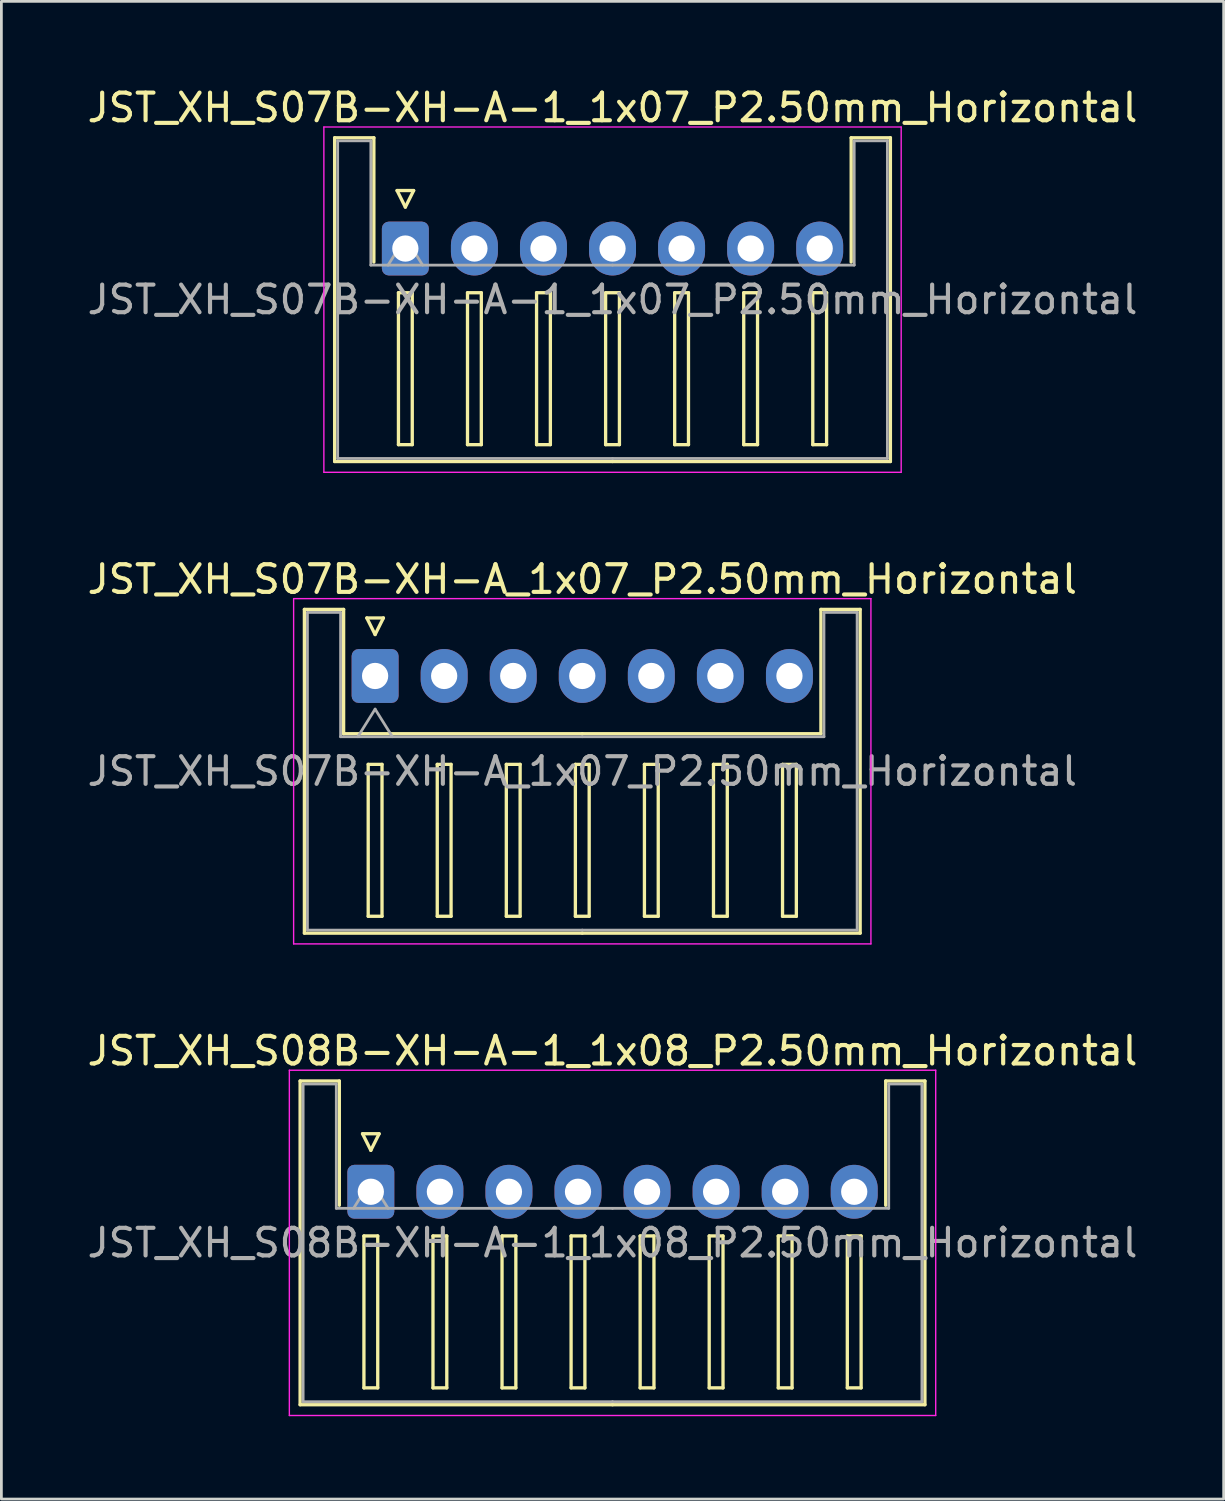
<source format=kicad_pcb>
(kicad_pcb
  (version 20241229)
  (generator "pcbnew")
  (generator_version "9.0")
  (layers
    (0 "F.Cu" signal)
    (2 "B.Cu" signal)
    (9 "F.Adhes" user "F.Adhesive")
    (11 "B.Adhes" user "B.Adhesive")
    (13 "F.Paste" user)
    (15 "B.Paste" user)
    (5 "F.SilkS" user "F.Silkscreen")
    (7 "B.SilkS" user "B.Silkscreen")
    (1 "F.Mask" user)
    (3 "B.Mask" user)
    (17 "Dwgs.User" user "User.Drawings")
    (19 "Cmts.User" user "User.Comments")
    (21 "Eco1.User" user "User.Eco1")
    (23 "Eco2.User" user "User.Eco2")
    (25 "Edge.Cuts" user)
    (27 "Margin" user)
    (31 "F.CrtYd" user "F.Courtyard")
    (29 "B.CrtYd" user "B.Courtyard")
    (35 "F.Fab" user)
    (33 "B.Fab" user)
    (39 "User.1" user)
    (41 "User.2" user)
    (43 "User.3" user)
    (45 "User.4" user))
  (footprint "JST_XH_S07B-XH-A-1_1x07_P2.50mm_Horizontal"
    (layer "F.Cu")
    (at 11.625 5.948)
    (property "Reference" "JST_XH_S07B-XH-A-1_1x07_P2.50mm_Horizontal" (at 7.5 -5.1 0) (layer "F.SilkS") (effects (font (size 1 1) (thickness 0.15))))
    (attr through_hole)
    (fp_line (start -2.56 -4.01) (end -1.14 -4.01) (stroke (width 0.12) (type solid)) (layer "F.SilkS"))
    (fp_line (start -2.56 7.71) (end -2.56 -4.01) (stroke (width 0.12) (type solid)) (layer "F.SilkS"))
    (fp_line (start -1.14 -4.01) (end -1.14 0.49) (stroke (width 0.12) (type solid)) (layer "F.SilkS"))
    (fp_line (start -0.3 -2.1) (end 0.3 -2.1) (stroke (width 0.12) (type solid)) (layer "F.SilkS"))
    (fp_line (start -0.25 1.6) (end -0.25 7.1) (stroke (width 0.12) (type solid)) (layer "F.SilkS"))
    (fp_line (start -0.25 7.1) (end 0.25 7.1) (stroke (width 0.12) (type solid)) (layer "F.SilkS"))
    (fp_line (start 0 -1.5) (end -0.3 -2.1) (stroke (width 0.12) (type solid)) (layer "F.SilkS"))
    (fp_line (start 0.25 1.6) (end -0.25 1.6) (stroke (width 0.12) (type solid)) (layer "F.SilkS"))
    (fp_line (start 0.25 7.1) (end 0.25 1.6) (stroke (width 0.12) (type solid)) (layer "F.SilkS"))
    (fp_line (start 0.3 -2.1) (end 0 -1.5) (stroke (width 0.12) (type solid)) (layer "F.SilkS"))
    (fp_line (start 2.25 1.6) (end 2.25 7.1) (stroke (width 0.12) (type solid)) (layer "F.SilkS"))
    (fp_line (start 2.25 7.1) (end 2.75 7.1) (stroke (width 0.12) (type solid)) (layer "F.SilkS"))
    (fp_line (start 2.75 1.6) (end 2.25 1.6) (stroke (width 0.12) (type solid)) (layer "F.SilkS"))
    (fp_line (start 2.75 7.1) (end 2.75 1.6) (stroke (width 0.12) (type solid)) (layer "F.SilkS"))
    (fp_line (start 4.75 1.6) (end 4.75 7.1) (stroke (width 0.12) (type solid)) (layer "F.SilkS"))
    (fp_line (start 4.75 7.1) (end 5.25 7.1) (stroke (width 0.12) (type solid)) (layer "F.SilkS"))
    (fp_line (start 5.25 1.6) (end 4.75 1.6) (stroke (width 0.12) (type solid)) (layer "F.SilkS"))
    (fp_line (start 5.25 7.1) (end 5.25 1.6) (stroke (width 0.12) (type solid)) (layer "F.SilkS"))
    (fp_line (start 7.25 1.6) (end 7.25 7.1) (stroke (width 0.12) (type solid)) (layer "F.SilkS"))
    (fp_line (start 7.25 7.1) (end 7.75 7.1) (stroke (width 0.12) (type solid)) (layer "F.SilkS"))
    (fp_line (start 7.5 7.71) (end -2.56 7.71) (stroke (width 0.12) (type solid)) (layer "F.SilkS"))
    (fp_line (start 7.5 7.71) (end 17.56 7.71) (stroke (width 0.12) (type solid)) (layer "F.SilkS"))
    (fp_line (start 7.75 1.6) (end 7.25 1.6) (stroke (width 0.12) (type solid)) (layer "F.SilkS"))
    (fp_line (start 7.75 7.1) (end 7.75 1.6) (stroke (width 0.12) (type solid)) (layer "F.SilkS"))
    (fp_line (start 9.75 1.6) (end 9.75 7.1) (stroke (width 0.12) (type solid)) (layer "F.SilkS"))
    (fp_line (start 9.75 7.1) (end 10.25 7.1) (stroke (width 0.12) (type solid)) (layer "F.SilkS"))
    (fp_line (start 10.25 1.6) (end 9.75 1.6) (stroke (width 0.12) (type solid)) (layer "F.SilkS"))
    (fp_line (start 10.25 7.1) (end 10.25 1.6) (stroke (width 0.12) (type solid)) (layer "F.SilkS"))
    (fp_line (start 12.25 1.6) (end 12.25 7.1) (stroke (width 0.12) (type solid)) (layer "F.SilkS"))
    (fp_line (start 12.25 7.1) (end 12.75 7.1) (stroke (width 0.12) (type solid)) (layer "F.SilkS"))
    (fp_line (start 12.75 1.6) (end 12.25 1.6) (stroke (width 0.12) (type solid)) (layer "F.SilkS"))
    (fp_line (start 12.75 7.1) (end 12.75 1.6) (stroke (width 0.12) (type solid)) (layer "F.SilkS"))
    (fp_line (start 14.75 1.6) (end 14.75 7.1) (stroke (width 0.12) (type solid)) (layer "F.SilkS"))
    (fp_line (start 14.75 7.1) (end 15.25 7.1) (stroke (width 0.12) (type solid)) (layer "F.SilkS"))
    (fp_line (start 15.25 1.6) (end 14.75 1.6) (stroke (width 0.12) (type solid)) (layer "F.SilkS"))
    (fp_line (start 15.25 7.1) (end 15.25 1.6) (stroke (width 0.12) (type solid)) (layer "F.SilkS"))
    (fp_line (start 16.14 -4.01) (end 16.14 0.49) (stroke (width 0.12) (type solid)) (layer "F.SilkS"))
    (fp_line (start 17.56 -4.01) (end 16.14 -4.01) (stroke (width 0.12) (type solid)) (layer "F.SilkS"))
    (fp_line (start 17.56 7.71) (end 17.56 -4.01) (stroke (width 0.12) (type solid)) (layer "F.SilkS"))
    (fp_line (start -2.95 -4.4) (end -2.95 8.1) (stroke (width 0.05) (type solid)) (layer "F.CrtYd"))
    (fp_line (start -2.95 8.1) (end 17.95 8.1) (stroke (width 0.05) (type solid)) (layer "F.CrtYd"))
    (fp_line (start 17.95 -4.4) (end -2.95 -4.4) (stroke (width 0.05) (type solid)) (layer "F.CrtYd"))
    (fp_line (start 17.95 8.1) (end 17.95 -4.4) (stroke (width 0.05) (type solid)) (layer "F.CrtYd"))
    (fp_line (start -2.45 -3.9) (end -1.25 -3.9) (stroke (width 0.1) (type solid)) (layer "F.Fab"))
    (fp_line (start -2.45 7.6) (end -2.45 -3.9) (stroke (width 0.1) (type solid)) (layer "F.Fab"))
    (fp_line (start -1.25 -3.9) (end -1.25 0.6) (stroke (width 0.1) (type solid)) (layer "F.Fab"))
    (fp_line (start -1.25 0.6) (end 7.5 0.6) (stroke (width 0.1) (type solid)) (layer "F.Fab"))
    (fp_line (start -0.625 0.6) (end 0 -0.4) (stroke (width 0.1) (type solid)) (layer "F.Fab"))
    (fp_line (start 0 -0.4) (end 0.625 0.6) (stroke (width 0.1) (type solid)) (layer "F.Fab"))
    (fp_line (start 7.5 7.6) (end -2.45 7.6) (stroke (width 0.1) (type solid)) (layer "F.Fab"))
    (fp_line (start 7.5 7.6) (end 17.45 7.6) (stroke (width 0.1) (type solid)) (layer "F.Fab"))
    (fp_line (start 16.25 -3.9) (end 16.25 0.6) (stroke (width 0.1) (type solid)) (layer "F.Fab"))
    (fp_line (start 16.25 0.6) (end 7.5 0.6) (stroke (width 0.1) (type solid)) (layer "F.Fab"))
    (fp_line (start 17.45 -3.9) (end 16.25 -3.9) (stroke (width 0.1) (type solid)) (layer "F.Fab"))
    (fp_line (start 17.45 7.6) (end 17.45 -3.9) (stroke (width 0.1) (type solid)) (layer "F.Fab"))
    (fp_text user "${REFERENCE}" (at 7.5 1.85 0) (layer "F.Fab") (effects (font (size 1 1) (thickness 0.15))))
    (pad "1" thru_hole roundrect (at 0 0) (size 1.7 1.95) (drill 0.95) (layers "*.Cu" "*.Mask") (roundrect_rratio 0.147))
    (pad "2" thru_hole oval (at 2.5 0) (size 1.7 1.95) (drill 0.95) (layers "*.Cu" "*.Mask"))
    (pad "3" thru_hole oval (at 5 0) (size 1.7 1.95) (drill 0.95) (layers "*.Cu" "*.Mask"))
    (pad "4" thru_hole oval (at 7.5 0) (size 1.7 1.95) (drill 0.95) (layers "*.Cu" "*.Mask"))
    (pad "5" thru_hole oval (at 10 0) (size 1.7 1.95) (drill 0.95) (layers "*.Cu" "*.Mask"))
    (pad "6" thru_hole oval (at 12.5 0) (size 1.7 1.95) (drill 0.95) (layers "*.Cu" "*.Mask"))
    (pad "7" thru_hole oval (at 15 0) (size 1.7 1.95) (drill 0.95) (layers "*.Cu" "*.Mask")))
  (footprint "JST_XH_S08B-XH-A-1_1x08_P2.50mm_Horizontal"
    (layer "F.Cu")
    (at 10.375 40.095)
    (property "Reference" "JST_XH_S08B-XH-A-1_1x08_P2.50mm_Horizontal" (at 8.75 -5.1 0) (layer "F.SilkS") (effects (font (size 1 1) (thickness 0.15))))
    (attr through_hole)
    (fp_line (start -2.56 -4.01) (end -1.14 -4.01) (stroke (width 0.12) (type solid)) (layer "F.SilkS"))
    (fp_line (start -2.56 7.71) (end -2.56 -4.01) (stroke (width 0.12) (type solid)) (layer "F.SilkS"))
    (fp_line (start -1.14 -4.01) (end -1.14 0.49) (stroke (width 0.12) (type solid)) (layer "F.SilkS"))
    (fp_line (start -0.3 -2.1) (end 0.3 -2.1) (stroke (width 0.12) (type solid)) (layer "F.SilkS"))
    (fp_line (start -0.25 1.6) (end -0.25 7.1) (stroke (width 0.12) (type solid)) (layer "F.SilkS"))
    (fp_line (start -0.25 7.1) (end 0.25 7.1) (stroke (width 0.12) (type solid)) (layer "F.SilkS"))
    (fp_line (start 0 -1.5) (end -0.3 -2.1) (stroke (width 0.12) (type solid)) (layer "F.SilkS"))
    (fp_line (start 0.25 1.6) (end -0.25 1.6) (stroke (width 0.12) (type solid)) (layer "F.SilkS"))
    (fp_line (start 0.25 7.1) (end 0.25 1.6) (stroke (width 0.12) (type solid)) (layer "F.SilkS"))
    (fp_line (start 0.3 -2.1) (end 0 -1.5) (stroke (width 0.12) (type solid)) (layer "F.SilkS"))
    (fp_line (start 2.25 1.6) (end 2.25 7.1) (stroke (width 0.12) (type solid)) (layer "F.SilkS"))
    (fp_line (start 2.25 7.1) (end 2.75 7.1) (stroke (width 0.12) (type solid)) (layer "F.SilkS"))
    (fp_line (start 2.75 1.6) (end 2.25 1.6) (stroke (width 0.12) (type solid)) (layer "F.SilkS"))
    (fp_line (start 2.75 7.1) (end 2.75 1.6) (stroke (width 0.12) (type solid)) (layer "F.SilkS"))
    (fp_line (start 4.75 1.6) (end 4.75 7.1) (stroke (width 0.12) (type solid)) (layer "F.SilkS"))
    (fp_line (start 4.75 7.1) (end 5.25 7.1) (stroke (width 0.12) (type solid)) (layer "F.SilkS"))
    (fp_line (start 5.25 1.6) (end 4.75 1.6) (stroke (width 0.12) (type solid)) (layer "F.SilkS"))
    (fp_line (start 5.25 7.1) (end 5.25 1.6) (stroke (width 0.12) (type solid)) (layer "F.SilkS"))
    (fp_line (start 7.25 1.6) (end 7.25 7.1) (stroke (width 0.12) (type solid)) (layer "F.SilkS"))
    (fp_line (start 7.25 7.1) (end 7.75 7.1) (stroke (width 0.12) (type solid)) (layer "F.SilkS"))
    (fp_line (start 7.75 1.6) (end 7.25 1.6) (stroke (width 0.12) (type solid)) (layer "F.SilkS"))
    (fp_line (start 7.75 7.1) (end 7.75 1.6) (stroke (width 0.12) (type solid)) (layer "F.SilkS"))
    (fp_line (start 8.75 7.71) (end -2.56 7.71) (stroke (width 0.12) (type solid)) (layer "F.SilkS"))
    (fp_line (start 8.75 7.71) (end 20.06 7.71) (stroke (width 0.12) (type solid)) (layer "F.SilkS"))
    (fp_line (start 9.75 1.6) (end 9.75 7.1) (stroke (width 0.12) (type solid)) (layer "F.SilkS"))
    (fp_line (start 9.75 7.1) (end 10.25 7.1) (stroke (width 0.12) (type solid)) (layer "F.SilkS"))
    (fp_line (start 10.25 1.6) (end 9.75 1.6) (stroke (width 0.12) (type solid)) (layer "F.SilkS"))
    (fp_line (start 10.25 7.1) (end 10.25 1.6) (stroke (width 0.12) (type solid)) (layer "F.SilkS"))
    (fp_line (start 12.25 1.6) (end 12.25 7.1) (stroke (width 0.12) (type solid)) (layer "F.SilkS"))
    (fp_line (start 12.25 7.1) (end 12.75 7.1) (stroke (width 0.12) (type solid)) (layer "F.SilkS"))
    (fp_line (start 12.75 1.6) (end 12.25 1.6) (stroke (width 0.12) (type solid)) (layer "F.SilkS"))
    (fp_line (start 12.75 7.1) (end 12.75 1.6) (stroke (width 0.12) (type solid)) (layer "F.SilkS"))
    (fp_line (start 14.75 1.6) (end 14.75 7.1) (stroke (width 0.12) (type solid)) (layer "F.SilkS"))
    (fp_line (start 14.75 7.1) (end 15.25 7.1) (stroke (width 0.12) (type solid)) (layer "F.SilkS"))
    (fp_line (start 15.25 1.6) (end 14.75 1.6) (stroke (width 0.12) (type solid)) (layer "F.SilkS"))
    (fp_line (start 15.25 7.1) (end 15.25 1.6) (stroke (width 0.12) (type solid)) (layer "F.SilkS"))
    (fp_line (start 17.25 1.6) (end 17.25 7.1) (stroke (width 0.12) (type solid)) (layer "F.SilkS"))
    (fp_line (start 17.25 7.1) (end 17.75 7.1) (stroke (width 0.12) (type solid)) (layer "F.SilkS"))
    (fp_line (start 17.75 1.6) (end 17.25 1.6) (stroke (width 0.12) (type solid)) (layer "F.SilkS"))
    (fp_line (start 17.75 7.1) (end 17.75 1.6) (stroke (width 0.12) (type solid)) (layer "F.SilkS"))
    (fp_line (start 18.64 -4.01) (end 18.64 0.49) (stroke (width 0.12) (type solid)) (layer "F.SilkS"))
    (fp_line (start 20.06 -4.01) (end 18.64 -4.01) (stroke (width 0.12) (type solid)) (layer "F.SilkS"))
    (fp_line (start 20.06 7.71) (end 20.06 -4.01) (stroke (width 0.12) (type solid)) (layer "F.SilkS"))
    (fp_line (start -2.95 -4.4) (end -2.95 8.1) (stroke (width 0.05) (type solid)) (layer "F.CrtYd"))
    (fp_line (start -2.95 8.1) (end 20.45 8.1) (stroke (width 0.05) (type solid)) (layer "F.CrtYd"))
    (fp_line (start 20.45 -4.4) (end -2.95 -4.4) (stroke (width 0.05) (type solid)) (layer "F.CrtYd"))
    (fp_line (start 20.45 8.1) (end 20.45 -4.4) (stroke (width 0.05) (type solid)) (layer "F.CrtYd"))
    (fp_line (start -2.45 -3.9) (end -1.25 -3.9) (stroke (width 0.1) (type solid)) (layer "F.Fab"))
    (fp_line (start -2.45 7.6) (end -2.45 -3.9) (stroke (width 0.1) (type solid)) (layer "F.Fab"))
    (fp_line (start -1.25 -3.9) (end -1.25 0.6) (stroke (width 0.1) (type solid)) (layer "F.Fab"))
    (fp_line (start -1.25 0.6) (end 8.75 0.6) (stroke (width 0.1) (type solid)) (layer "F.Fab"))
    (fp_line (start -0.625 0.6) (end 0 -0.4) (stroke (width 0.1) (type solid)) (layer "F.Fab"))
    (fp_line (start 0 -0.4) (end 0.625 0.6) (stroke (width 0.1) (type solid)) (layer "F.Fab"))
    (fp_line (start 8.75 7.6) (end -2.45 7.6) (stroke (width 0.1) (type solid)) (layer "F.Fab"))
    (fp_line (start 8.75 7.6) (end 19.95 7.6) (stroke (width 0.1) (type solid)) (layer "F.Fab"))
    (fp_line (start 18.75 -3.9) (end 18.75 0.6) (stroke (width 0.1) (type solid)) (layer "F.Fab"))
    (fp_line (start 18.75 0.6) (end 8.75 0.6) (stroke (width 0.1) (type solid)) (layer "F.Fab"))
    (fp_line (start 19.95 -3.9) (end 18.75 -3.9) (stroke (width 0.1) (type solid)) (layer "F.Fab"))
    (fp_line (start 19.95 7.6) (end 19.95 -3.9) (stroke (width 0.1) (type solid)) (layer "F.Fab"))
    (fp_text user "${REFERENCE}" (at 8.75 1.85 0) (layer "F.Fab") (effects (font (size 1 1) (thickness 0.15))))
    (pad "1" thru_hole roundrect (at 0 0) (size 1.7 1.95) (drill 0.95) (layers "*.Cu" "*.Mask") (roundrect_rratio 0.147))
    (pad "2" thru_hole oval (at 2.5 0) (size 1.7 1.95) (drill 0.95) (layers "*.Cu" "*.Mask"))
    (pad "3" thru_hole oval (at 5 0) (size 1.7 1.95) (drill 0.95) (layers "*.Cu" "*.Mask"))
    (pad "4" thru_hole oval (at 7.5 0) (size 1.7 1.95) (drill 0.95) (layers "*.Cu" "*.Mask"))
    (pad "5" thru_hole oval (at 10 0) (size 1.7 1.95) (drill 0.95) (layers "*.Cu" "*.Mask"))
    (pad "6" thru_hole oval (at 12.5 0) (size 1.7 1.95) (drill 0.95) (layers "*.Cu" "*.Mask"))
    (pad "7" thru_hole oval (at 15 0) (size 1.7 1.95) (drill 0.95) (layers "*.Cu" "*.Mask"))
    (pad "8" thru_hole oval (at 17.5 0) (size 1.7 1.95) (drill 0.95) (layers "*.Cu" "*.Mask")))
  (footprint "JST_XH_S07B-XH-A_1x07_P2.50mm_Horizontal"
    (layer "F.Cu")
    (at 10.53 21.422)
    (property "Reference" "JST_XH_S07B-XH-A_1x07_P2.50mm_Horizontal" (at 7.5 -3.5 0) (layer "F.SilkS") (effects (font (size 1 1) (thickness 0.15))))
    (attr through_hole)
    (fp_line (start -2.56 -2.41) (end -1.14 -2.41) (stroke (width 0.12) (type solid)) (layer "F.SilkS"))
    (fp_line (start -2.56 9.31) (end -2.56 -2.41) (stroke (width 0.12) (type solid)) (layer "F.SilkS"))
    (fp_line (start -1.14 -2.41) (end -1.14 2.09) (stroke (width 0.12) (type solid)) (layer "F.SilkS"))
    (fp_line (start -1.14 2.09) (end 7.5 2.09) (stroke (width 0.12) (type solid)) (layer "F.SilkS"))
    (fp_line (start -0.3 -2.1) (end 0.3 -2.1) (stroke (width 0.12) (type solid)) (layer "F.SilkS"))
    (fp_line (start -0.25 3.2) (end -0.25 8.7) (stroke (width 0.12) (type solid)) (layer "F.SilkS"))
    (fp_line (start -0.25 8.7) (end 0.25 8.7) (stroke (width 0.12) (type solid)) (layer "F.SilkS"))
    (fp_line (start 0 -1.5) (end -0.3 -2.1) (stroke (width 0.12) (type solid)) (layer "F.SilkS"))
    (fp_line (start 0.25 3.2) (end -0.25 3.2) (stroke (width 0.12) (type solid)) (layer "F.SilkS"))
    (fp_line (start 0.25 8.7) (end 0.25 3.2) (stroke (width 0.12) (type solid)) (layer "F.SilkS"))
    (fp_line (start 0.3 -2.1) (end 0 -1.5) (stroke (width 0.12) (type solid)) (layer "F.SilkS"))
    (fp_line (start 2.25 3.2) (end 2.25 8.7) (stroke (width 0.12) (type solid)) (layer "F.SilkS"))
    (fp_line (start 2.25 8.7) (end 2.75 8.7) (stroke (width 0.12) (type solid)) (layer "F.SilkS"))
    (fp_line (start 2.75 3.2) (end 2.25 3.2) (stroke (width 0.12) (type solid)) (layer "F.SilkS"))
    (fp_line (start 2.75 8.7) (end 2.75 3.2) (stroke (width 0.12) (type solid)) (layer "F.SilkS"))
    (fp_line (start 4.75 3.2) (end 4.75 8.7) (stroke (width 0.12) (type solid)) (layer "F.SilkS"))
    (fp_line (start 4.75 8.7) (end 5.25 8.7) (stroke (width 0.12) (type solid)) (layer "F.SilkS"))
    (fp_line (start 5.25 3.2) (end 4.75 3.2) (stroke (width 0.12) (type solid)) (layer "F.SilkS"))
    (fp_line (start 5.25 8.7) (end 5.25 3.2) (stroke (width 0.12) (type solid)) (layer "F.SilkS"))
    (fp_line (start 7.25 3.2) (end 7.25 8.7) (stroke (width 0.12) (type solid)) (layer "F.SilkS"))
    (fp_line (start 7.25 8.7) (end 7.75 8.7) (stroke (width 0.12) (type solid)) (layer "F.SilkS"))
    (fp_line (start 7.5 9.31) (end -2.56 9.31) (stroke (width 0.12) (type solid)) (layer "F.SilkS"))
    (fp_line (start 7.5 9.31) (end 17.56 9.31) (stroke (width 0.12) (type solid)) (layer "F.SilkS"))
    (fp_line (start 7.75 3.2) (end 7.25 3.2) (stroke (width 0.12) (type solid)) (layer "F.SilkS"))
    (fp_line (start 7.75 8.7) (end 7.75 3.2) (stroke (width 0.12) (type solid)) (layer "F.SilkS"))
    (fp_line (start 9.75 3.2) (end 9.75 8.7) (stroke (width 0.12) (type solid)) (layer "F.SilkS"))
    (fp_line (start 9.75 8.7) (end 10.25 8.7) (stroke (width 0.12) (type solid)) (layer "F.SilkS"))
    (fp_line (start 10.25 3.2) (end 9.75 3.2) (stroke (width 0.12) (type solid)) (layer "F.SilkS"))
    (fp_line (start 10.25 8.7) (end 10.25 3.2) (stroke (width 0.12) (type solid)) (layer "F.SilkS"))
    (fp_line (start 12.25 3.2) (end 12.25 8.7) (stroke (width 0.12) (type solid)) (layer "F.SilkS"))
    (fp_line (start 12.25 8.7) (end 12.75 8.7) (stroke (width 0.12) (type solid)) (layer "F.SilkS"))
    (fp_line (start 12.75 3.2) (end 12.25 3.2) (stroke (width 0.12) (type solid)) (layer "F.SilkS"))
    (fp_line (start 12.75 8.7) (end 12.75 3.2) (stroke (width 0.12) (type solid)) (layer "F.SilkS"))
    (fp_line (start 14.75 3.2) (end 14.75 8.7) (stroke (width 0.12) (type solid)) (layer "F.SilkS"))
    (fp_line (start 14.75 8.7) (end 15.25 8.7) (stroke (width 0.12) (type solid)) (layer "F.SilkS"))
    (fp_line (start 15.25 3.2) (end 14.75 3.2) (stroke (width 0.12) (type solid)) (layer "F.SilkS"))
    (fp_line (start 15.25 8.7) (end 15.25 3.2) (stroke (width 0.12) (type solid)) (layer "F.SilkS"))
    (fp_line (start 16.14 -2.41) (end 16.14 2.09) (stroke (width 0.12) (type solid)) (layer "F.SilkS"))
    (fp_line (start 16.14 2.09) (end 7.5 2.09) (stroke (width 0.12) (type solid)) (layer "F.SilkS"))
    (fp_line (start 17.56 -2.41) (end 16.14 -2.41) (stroke (width 0.12) (type solid)) (layer "F.SilkS"))
    (fp_line (start 17.56 9.31) (end 17.56 -2.41) (stroke (width 0.12) (type solid)) (layer "F.SilkS"))
    (fp_line (start -2.95 -2.8) (end -2.95 9.7) (stroke (width 0.05) (type solid)) (layer "F.CrtYd"))
    (fp_line (start -2.95 9.7) (end 17.95 9.7) (stroke (width 0.05) (type solid)) (layer "F.CrtYd"))
    (fp_line (start 17.95 -2.8) (end -2.95 -2.8) (stroke (width 0.05) (type solid)) (layer "F.CrtYd"))
    (fp_line (start 17.95 9.7) (end 17.95 -2.8) (stroke (width 0.05) (type solid)) (layer "F.CrtYd"))
    (fp_line (start -2.45 -2.3) (end -1.25 -2.3) (stroke (width 0.1) (type solid)) (layer "F.Fab"))
    (fp_line (start -2.45 9.2) (end -2.45 -2.3) (stroke (width 0.1) (type solid)) (layer "F.Fab"))
    (fp_line (start -1.25 -2.3) (end -1.25 2.2) (stroke (width 0.1) (type solid)) (layer "F.Fab"))
    (fp_line (start -1.25 2.2) (end 7.5 2.2) (stroke (width 0.1) (type solid)) (layer "F.Fab"))
    (fp_line (start -0.625 2.2) (end 0 1.2) (stroke (width 0.1) (type solid)) (layer "F.Fab"))
    (fp_line (start 0 1.2) (end 0.625 2.2) (stroke (width 0.1) (type solid)) (layer "F.Fab"))
    (fp_line (start 7.5 9.2) (end -2.45 9.2) (stroke (width 0.1) (type solid)) (layer "F.Fab"))
    (fp_line (start 7.5 9.2) (end 17.45 9.2) (stroke (width 0.1) (type solid)) (layer "F.Fab"))
    (fp_line (start 16.25 -2.3) (end 16.25 2.2) (stroke (width 0.1) (type solid)) (layer "F.Fab"))
    (fp_line (start 16.25 2.2) (end 7.5 2.2) (stroke (width 0.1) (type solid)) (layer "F.Fab"))
    (fp_line (start 17.45 -2.3) (end 16.25 -2.3) (stroke (width 0.1) (type solid)) (layer "F.Fab"))
    (fp_line (start 17.45 9.2) (end 17.45 -2.3) (stroke (width 0.1) (type solid)) (layer "F.Fab"))
    (fp_text user "${REFERENCE}" (at 7.5 3.45 0) (layer "F.Fab") (effects (font (size 1 1) (thickness 0.15))))
    (pad "1" thru_hole roundrect (at 0 0) (size 1.7 1.95) (drill 0.95) (layers "*.Cu" "*.Mask") (roundrect_rratio 0.147))
    (pad "2" thru_hole oval (at 2.5 0) (size 1.7 1.95) (drill 0.95) (layers "*.Cu" "*.Mask"))
    (pad "3" thru_hole oval (at 5 0) (size 1.7 1.95) (drill 0.95) (layers "*.Cu" "*.Mask"))
    (pad "4" thru_hole oval (at 7.5 0) (size 1.7 1.95) (drill 0.95) (layers "*.Cu" "*.Mask"))
    (pad "5" thru_hole oval (at 10 0) (size 1.7 1.95) (drill 0.95) (layers "*.Cu" "*.Mask"))
    (pad "6" thru_hole oval (at 12.5 0) (size 1.7 1.95) (drill 0.95) (layers "*.Cu" "*.Mask"))
    (pad "7" thru_hole oval (at 15 0) (size 1.7 1.95) (drill 0.95) (layers "*.Cu" "*.Mask")))
  (gr_rect
    (start -3 -3)
    (end 41.25 51.22)
    (stroke (width 0.1) (type default))
    (fill no)
    (layer "Edge.Cuts")))
</source>
